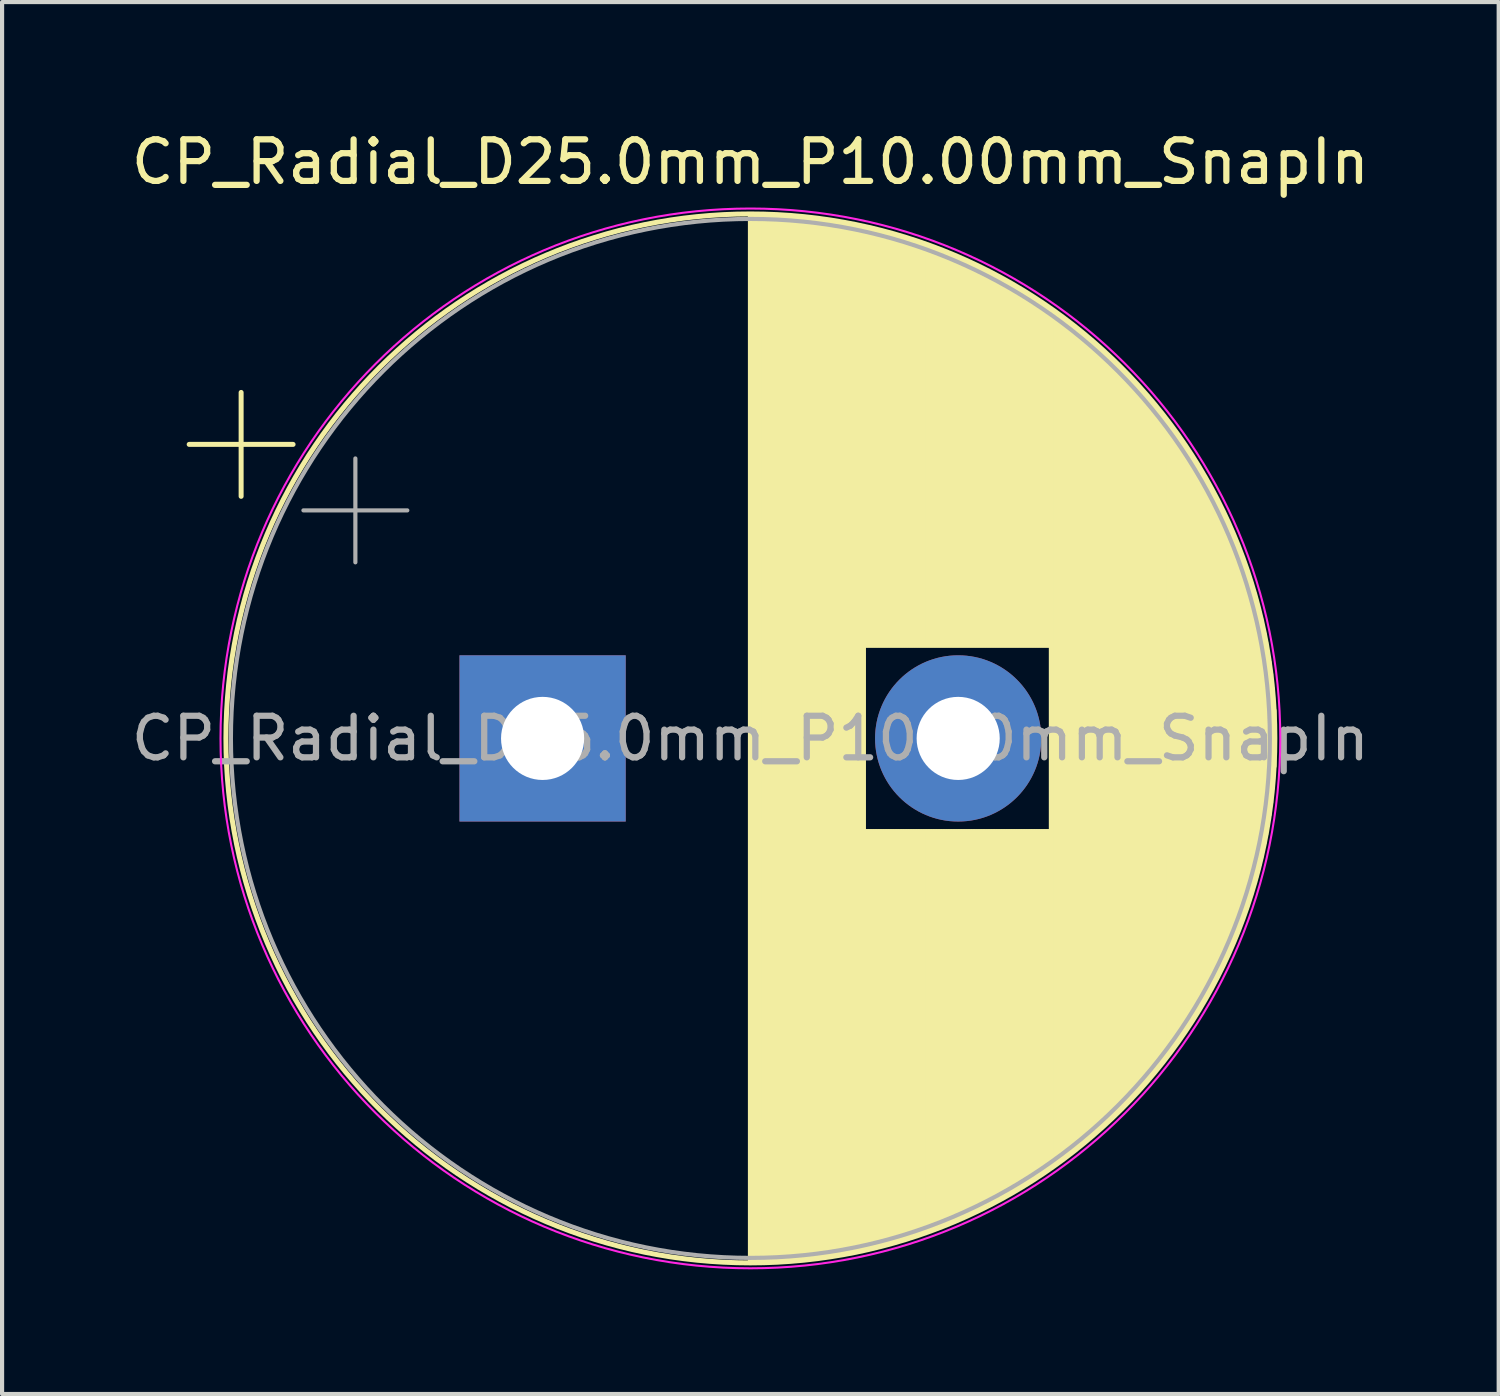
<source format=kicad_pcb>
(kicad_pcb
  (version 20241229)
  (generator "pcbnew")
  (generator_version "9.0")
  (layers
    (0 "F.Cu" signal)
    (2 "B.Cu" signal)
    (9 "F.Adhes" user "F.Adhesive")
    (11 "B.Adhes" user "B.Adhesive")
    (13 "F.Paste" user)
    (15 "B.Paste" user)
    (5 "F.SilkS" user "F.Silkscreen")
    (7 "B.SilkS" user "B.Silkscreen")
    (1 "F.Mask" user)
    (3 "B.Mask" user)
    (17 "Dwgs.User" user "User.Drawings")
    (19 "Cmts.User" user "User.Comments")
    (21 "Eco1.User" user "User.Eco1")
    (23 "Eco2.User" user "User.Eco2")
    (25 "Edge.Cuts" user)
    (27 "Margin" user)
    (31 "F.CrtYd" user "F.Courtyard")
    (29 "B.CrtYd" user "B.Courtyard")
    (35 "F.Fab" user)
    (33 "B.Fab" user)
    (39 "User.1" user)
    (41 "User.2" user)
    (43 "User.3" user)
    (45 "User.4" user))
  (footprint "CP_Radial_D25.0mm_P10.00mm_SnapIn"
    (layer "F.Cu")
    (at 10.006 14.718)
    (property "Reference" "CP_Radial_D25.0mm_P10.00mm_SnapIn" (at 5 -13.87 0) (layer "F.SilkS") (effects (font (size 1 1) (thickness 0.15))))
    (attr through_hole)
    (fp_line (start -8.504 -7.075) (end -6.004 -7.075) (stroke (width 0.12) (type solid)) (layer "F.SilkS"))
    (fp_line (start -7.254 -8.325) (end -7.254 -5.825) (stroke (width 0.12) (type solid)) (layer "F.SilkS"))
    (fp_line (start 5 -12.581) (end 5 12.581) (stroke (width 0.12) (type solid)) (layer "F.SilkS"))
    (fp_line (start 5.04 -12.58) (end 5.04 12.58) (stroke (width 0.12) (type solid)) (layer "F.SilkS"))
    (fp_line (start 5.08 -12.58) (end 5.08 12.58) (stroke (width 0.12) (type solid)) (layer "F.SilkS"))
    (fp_line (start 5.12 -12.58) (end 5.12 12.58) (stroke (width 0.12) (type solid)) (layer "F.SilkS"))
    (fp_line (start 5.16 -12.579) (end 5.16 12.579) (stroke (width 0.12) (type solid)) (layer "F.SilkS"))
    (fp_line (start 5.2 -12.579) (end 5.2 12.579) (stroke (width 0.12) (type solid)) (layer "F.SilkS"))
    (fp_line (start 5.24 -12.578) (end 5.24 12.578) (stroke (width 0.12) (type solid)) (layer "F.SilkS"))
    (fp_line (start 5.28 -12.577) (end 5.28 12.577) (stroke (width 0.12) (type solid)) (layer "F.SilkS"))
    (fp_line (start 5.32 -12.576) (end 5.32 12.576) (stroke (width 0.12) (type solid)) (layer "F.SilkS"))
    (fp_line (start 5.36 -12.575) (end 5.36 12.575) (stroke (width 0.12) (type solid)) (layer "F.SilkS"))
    (fp_line (start 5.4 -12.574) (end 5.4 12.574) (stroke (width 0.12) (type solid)) (layer "F.SilkS"))
    (fp_line (start 5.44 -12.573) (end 5.44 12.573) (stroke (width 0.12) (type solid)) (layer "F.SilkS"))
    (fp_line (start 5.48 -12.571) (end 5.48 12.571) (stroke (width 0.12) (type solid)) (layer "F.SilkS"))
    (fp_line (start 5.52 -12.57) (end 5.52 12.57) (stroke (width 0.12) (type solid)) (layer "F.SilkS"))
    (fp_line (start 5.56 -12.568) (end 5.56 12.568) (stroke (width 0.12) (type solid)) (layer "F.SilkS"))
    (fp_line (start 5.6 -12.566) (end 5.6 12.566) (stroke (width 0.12) (type solid)) (layer "F.SilkS"))
    (fp_line (start 5.64 -12.564) (end 5.64 12.564) (stroke (width 0.12) (type solid)) (layer "F.SilkS"))
    (fp_line (start 5.68 -12.562) (end 5.68 12.562) (stroke (width 0.12) (type solid)) (layer "F.SilkS"))
    (fp_line (start 5.721 -12.56) (end 5.721 12.56) (stroke (width 0.12) (type solid)) (layer "F.SilkS"))
    (fp_line (start 5.761 -12.558) (end 5.761 12.558) (stroke (width 0.12) (type solid)) (layer "F.SilkS"))
    (fp_line (start 5.801 -12.555) (end 5.801 12.555) (stroke (width 0.12) (type solid)) (layer "F.SilkS"))
    (fp_line (start 5.841 -12.553) (end 5.841 12.553) (stroke (width 0.12) (type solid)) (layer "F.SilkS"))
    (fp_line (start 5.881 -12.55) (end 5.881 12.55) (stroke (width 0.12) (type solid)) (layer "F.SilkS"))
    (fp_line (start 5.921 -12.547) (end 5.921 12.547) (stroke (width 0.12) (type solid)) (layer "F.SilkS"))
    (fp_line (start 5.961 -12.544) (end 5.961 12.544) (stroke (width 0.12) (type solid)) (layer "F.SilkS"))
    (fp_line (start 6.001 -12.541) (end 6.001 12.541) (stroke (width 0.12) (type solid)) (layer "F.SilkS"))
    (fp_line (start 6.041 -12.538) (end 6.041 12.538) (stroke (width 0.12) (type solid)) (layer "F.SilkS"))
    (fp_line (start 6.081 -12.534) (end 6.081 12.534) (stroke (width 0.12) (type solid)) (layer "F.SilkS"))
    (fp_line (start 6.121 -12.531) (end 6.121 12.531) (stroke (width 0.12) (type solid)) (layer "F.SilkS"))
    (fp_line (start 6.161 -12.527) (end 6.161 12.527) (stroke (width 0.12) (type solid)) (layer "F.SilkS"))
    (fp_line (start 6.201 -12.523) (end 6.201 12.523) (stroke (width 0.12) (type solid)) (layer "F.SilkS"))
    (fp_line (start 6.241 -12.519) (end 6.241 12.519) (stroke (width 0.12) (type solid)) (layer "F.SilkS"))
    (fp_line (start 6.281 -12.515) (end 6.281 12.515) (stroke (width 0.12) (type solid)) (layer "F.SilkS"))
    (fp_line (start 6.321 -12.511) (end 6.321 12.511) (stroke (width 0.12) (type solid)) (layer "F.SilkS"))
    (fp_line (start 6.361 -12.507) (end 6.361 12.507) (stroke (width 0.12) (type solid)) (layer "F.SilkS"))
    (fp_line (start 6.401 -12.503) (end 6.401 12.503) (stroke (width 0.12) (type solid)) (layer "F.SilkS"))
    (fp_line (start 6.441 -12.498) (end 6.441 12.498) (stroke (width 0.12) (type solid)) (layer "F.SilkS"))
    (fp_line (start 6.481 -12.493) (end 6.481 12.493) (stroke (width 0.12) (type solid)) (layer "F.SilkS"))
    (fp_line (start 6.521 -12.489) (end 6.521 12.489) (stroke (width 0.12) (type solid)) (layer "F.SilkS"))
    (fp_line (start 6.561 -12.484) (end 6.561 12.484) (stroke (width 0.12) (type solid)) (layer "F.SilkS"))
    (fp_line (start 6.601 -12.479) (end 6.601 12.479) (stroke (width 0.12) (type solid)) (layer "F.SilkS"))
    (fp_line (start 6.641 -12.473) (end 6.641 12.473) (stroke (width 0.12) (type solid)) (layer "F.SilkS"))
    (fp_line (start 6.681 -12.468) (end 6.681 12.468) (stroke (width 0.12) (type solid)) (layer "F.SilkS"))
    (fp_line (start 6.721 -12.463) (end 6.721 12.463) (stroke (width 0.12) (type solid)) (layer "F.SilkS"))
    (fp_line (start 6.761 -12.457) (end 6.761 12.457) (stroke (width 0.12) (type solid)) (layer "F.SilkS"))
    (fp_line (start 6.801 -12.451) (end 6.801 12.451) (stroke (width 0.12) (type solid)) (layer "F.SilkS"))
    (fp_line (start 6.841 -12.446) (end 6.841 12.446) (stroke (width 0.12) (type solid)) (layer "F.SilkS"))
    (fp_line (start 6.881 -12.44) (end 6.881 12.44) (stroke (width 0.12) (type solid)) (layer "F.SilkS"))
    (fp_line (start 6.921 -12.434) (end 6.921 12.434) (stroke (width 0.12) (type solid)) (layer "F.SilkS"))
    (fp_line (start 6.961 -12.427) (end 6.961 12.427) (stroke (width 0.12) (type solid)) (layer "F.SilkS"))
    (fp_line (start 7.001 -12.421) (end 7.001 12.421) (stroke (width 0.12) (type solid)) (layer "F.SilkS"))
    (fp_line (start 7.041 -12.415) (end 7.041 12.415) (stroke (width 0.12) (type solid)) (layer "F.SilkS"))
    (fp_line (start 7.081 -12.408) (end 7.081 12.408) (stroke (width 0.12) (type solid)) (layer "F.SilkS"))
    (fp_line (start 7.121 -12.401) (end 7.121 12.401) (stroke (width 0.12) (type solid)) (layer "F.SilkS"))
    (fp_line (start 7.161 -12.394) (end 7.161 12.394) (stroke (width 0.12) (type solid)) (layer "F.SilkS"))
    (fp_line (start 7.201 -12.387) (end 7.201 12.387) (stroke (width 0.12) (type solid)) (layer "F.SilkS"))
    (fp_line (start 7.241 -12.38) (end 7.241 12.38) (stroke (width 0.12) (type solid)) (layer "F.SilkS"))
    (fp_line (start 7.281 -12.373) (end 7.281 12.373) (stroke (width 0.12) (type solid)) (layer "F.SilkS"))
    (fp_line (start 7.321 -12.365) (end 7.321 12.365) (stroke (width 0.12) (type solid)) (layer "F.SilkS"))
    (fp_line (start 7.361 -12.358) (end 7.361 12.358) (stroke (width 0.12) (type solid)) (layer "F.SilkS"))
    (fp_line (start 7.401 -12.35) (end 7.401 12.35) (stroke (width 0.12) (type solid)) (layer "F.SilkS"))
    (fp_line (start 7.441 -12.342) (end 7.441 12.342) (stroke (width 0.12) (type solid)) (layer "F.SilkS"))
    (fp_line (start 7.481 -12.334) (end 7.481 12.334) (stroke (width 0.12) (type solid)) (layer "F.SilkS"))
    (fp_line (start 7.521 -12.326) (end 7.521 12.326) (stroke (width 0.12) (type solid)) (layer "F.SilkS"))
    (fp_line (start 7.561 -12.318) (end 7.561 12.318) (stroke (width 0.12) (type solid)) (layer "F.SilkS"))
    (fp_line (start 7.601 -12.31) (end 7.601 12.31) (stroke (width 0.12) (type solid)) (layer "F.SilkS"))
    (fp_line (start 7.641 -12.301) (end 7.641 12.301) (stroke (width 0.12) (type solid)) (layer "F.SilkS"))
    (fp_line (start 7.681 -12.293) (end 7.681 12.293) (stroke (width 0.12) (type solid)) (layer "F.SilkS"))
    (fp_line (start 7.721 -12.284) (end 7.721 12.284) (stroke (width 0.12) (type solid)) (layer "F.SilkS"))
    (fp_line (start 7.761 -12.275) (end 7.761 -2.24) (stroke (width 0.12) (type solid)) (layer "F.SilkS"))
    (fp_line (start 7.761 2.24) (end 7.761 12.275) (stroke (width 0.12) (type solid)) (layer "F.SilkS"))
    (fp_line (start 7.801 -12.266) (end 7.801 -2.24) (stroke (width 0.12) (type solid)) (layer "F.SilkS"))
    (fp_line (start 7.801 2.24) (end 7.801 12.266) (stroke (width 0.12) (type solid)) (layer "F.SilkS"))
    (fp_line (start 7.841 -12.257) (end 7.841 -2.24) (stroke (width 0.12) (type solid)) (layer "F.SilkS"))
    (fp_line (start 7.841 2.24) (end 7.841 12.257) (stroke (width 0.12) (type solid)) (layer "F.SilkS"))
    (fp_line (start 7.881 -12.247) (end 7.881 -2.24) (stroke (width 0.12) (type solid)) (layer "F.SilkS"))
    (fp_line (start 7.881 2.24) (end 7.881 12.247) (stroke (width 0.12) (type solid)) (layer "F.SilkS"))
    (fp_line (start 7.921 -12.238) (end 7.921 -2.24) (stroke (width 0.12) (type solid)) (layer "F.SilkS"))
    (fp_line (start 7.921 2.24) (end 7.921 12.238) (stroke (width 0.12) (type solid)) (layer "F.SilkS"))
    (fp_line (start 7.961 -12.228) (end 7.961 -2.24) (stroke (width 0.12) (type solid)) (layer "F.SilkS"))
    (fp_line (start 7.961 2.24) (end 7.961 12.228) (stroke (width 0.12) (type solid)) (layer "F.SilkS"))
    (fp_line (start 8.001 -12.219) (end 8.001 -2.24) (stroke (width 0.12) (type solid)) (layer "F.SilkS"))
    (fp_line (start 8.001 2.24) (end 8.001 12.219) (stroke (width 0.12) (type solid)) (layer "F.SilkS"))
    (fp_line (start 8.041 -12.209) (end 8.041 -2.24) (stroke (width 0.12) (type solid)) (layer "F.SilkS"))
    (fp_line (start 8.041 2.24) (end 8.041 12.209) (stroke (width 0.12) (type solid)) (layer "F.SilkS"))
    (fp_line (start 8.081 -12.199) (end 8.081 -2.24) (stroke (width 0.12) (type solid)) (layer "F.SilkS"))
    (fp_line (start 8.081 2.24) (end 8.081 12.199) (stroke (width 0.12) (type solid)) (layer "F.SilkS"))
    (fp_line (start 8.121 -12.189) (end 8.121 -2.24) (stroke (width 0.12) (type solid)) (layer "F.SilkS"))
    (fp_line (start 8.121 2.24) (end 8.121 12.189) (stroke (width 0.12) (type solid)) (layer "F.SilkS"))
    (fp_line (start 8.161 -12.178) (end 8.161 -2.24) (stroke (width 0.12) (type solid)) (layer "F.SilkS"))
    (fp_line (start 8.161 2.24) (end 8.161 12.178) (stroke (width 0.12) (type solid)) (layer "F.SilkS"))
    (fp_line (start 8.201 -12.168) (end 8.201 -2.24) (stroke (width 0.12) (type solid)) (layer "F.SilkS"))
    (fp_line (start 8.201 2.24) (end 8.201 12.168) (stroke (width 0.12) (type solid)) (layer "F.SilkS"))
    (fp_line (start 8.241 -12.157) (end 8.241 -2.24) (stroke (width 0.12) (type solid)) (layer "F.SilkS"))
    (fp_line (start 8.241 2.24) (end 8.241 12.157) (stroke (width 0.12) (type solid)) (layer "F.SilkS"))
    (fp_line (start 8.281 -12.147) (end 8.281 -2.24) (stroke (width 0.12) (type solid)) (layer "F.SilkS"))
    (fp_line (start 8.281 2.24) (end 8.281 12.147) (stroke (width 0.12) (type solid)) (layer "F.SilkS"))
    (fp_line (start 8.321 -12.136) (end 8.321 -2.24) (stroke (width 0.12) (type solid)) (layer "F.SilkS"))
    (fp_line (start 8.321 2.24) (end 8.321 12.136) (stroke (width 0.12) (type solid)) (layer "F.SilkS"))
    (fp_line (start 8.361 -12.125) (end 8.361 -2.24) (stroke (width 0.12) (type solid)) (layer "F.SilkS"))
    (fp_line (start 8.361 2.24) (end 8.361 12.125) (stroke (width 0.12) (type solid)) (layer "F.SilkS"))
    (fp_line (start 8.401 -12.114) (end 8.401 -2.24) (stroke (width 0.12) (type solid)) (layer "F.SilkS"))
    (fp_line (start 8.401 2.24) (end 8.401 12.114) (stroke (width 0.12) (type solid)) (layer "F.SilkS"))
    (fp_line (start 8.441 -12.103) (end 8.441 -2.24) (stroke (width 0.12) (type solid)) (layer "F.SilkS"))
    (fp_line (start 8.441 2.24) (end 8.441 12.103) (stroke (width 0.12) (type solid)) (layer "F.SilkS"))
    (fp_line (start 8.481 -12.091) (end 8.481 -2.24) (stroke (width 0.12) (type solid)) (layer "F.SilkS"))
    (fp_line (start 8.481 2.24) (end 8.481 12.091) (stroke (width 0.12) (type solid)) (layer "F.SilkS"))
    (fp_line (start 8.521 -12.08) (end 8.521 -2.24) (stroke (width 0.12) (type solid)) (layer "F.SilkS"))
    (fp_line (start 8.521 2.24) (end 8.521 12.08) (stroke (width 0.12) (type solid)) (layer "F.SilkS"))
    (fp_line (start 8.561 -12.068) (end 8.561 -2.24) (stroke (width 0.12) (type solid)) (layer "F.SilkS"))
    (fp_line (start 8.561 2.24) (end 8.561 12.068) (stroke (width 0.12) (type solid)) (layer "F.SilkS"))
    (fp_line (start 8.601 -12.056) (end 8.601 -2.24) (stroke (width 0.12) (type solid)) (layer "F.SilkS"))
    (fp_line (start 8.601 2.24) (end 8.601 12.056) (stroke (width 0.12) (type solid)) (layer "F.SilkS"))
    (fp_line (start 8.641 -12.044) (end 8.641 -2.24) (stroke (width 0.12) (type solid)) (layer "F.SilkS"))
    (fp_line (start 8.641 2.24) (end 8.641 12.044) (stroke (width 0.12) (type solid)) (layer "F.SilkS"))
    (fp_line (start 8.681 -12.032) (end 8.681 -2.24) (stroke (width 0.12) (type solid)) (layer "F.SilkS"))
    (fp_line (start 8.681 2.24) (end 8.681 12.032) (stroke (width 0.12) (type solid)) (layer "F.SilkS"))
    (fp_line (start 8.721 -12.02) (end 8.721 -2.24) (stroke (width 0.12) (type solid)) (layer "F.SilkS"))
    (fp_line (start 8.721 2.24) (end 8.721 12.02) (stroke (width 0.12) (type solid)) (layer "F.SilkS"))
    (fp_line (start 8.761 -12.007) (end 8.761 -2.24) (stroke (width 0.12) (type solid)) (layer "F.SilkS"))
    (fp_line (start 8.761 2.24) (end 8.761 12.007) (stroke (width 0.12) (type solid)) (layer "F.SilkS"))
    (fp_line (start 8.801 -11.995) (end 8.801 -2.24) (stroke (width 0.12) (type solid)) (layer "F.SilkS"))
    (fp_line (start 8.801 2.24) (end 8.801 11.995) (stroke (width 0.12) (type solid)) (layer "F.SilkS"))
    (fp_line (start 8.841 -11.982) (end 8.841 -2.24) (stroke (width 0.12) (type solid)) (layer "F.SilkS"))
    (fp_line (start 8.841 2.24) (end 8.841 11.982) (stroke (width 0.12) (type solid)) (layer "F.SilkS"))
    (fp_line (start 8.881 -11.969) (end 8.881 -2.24) (stroke (width 0.12) (type solid)) (layer "F.SilkS"))
    (fp_line (start 8.881 2.24) (end 8.881 11.969) (stroke (width 0.12) (type solid)) (layer "F.SilkS"))
    (fp_line (start 8.921 -11.956) (end 8.921 -2.24) (stroke (width 0.12) (type solid)) (layer "F.SilkS"))
    (fp_line (start 8.921 2.24) (end 8.921 11.956) (stroke (width 0.12) (type solid)) (layer "F.SilkS"))
    (fp_line (start 8.961 -11.943) (end 8.961 -2.24) (stroke (width 0.12) (type solid)) (layer "F.SilkS"))
    (fp_line (start 8.961 2.24) (end 8.961 11.943) (stroke (width 0.12) (type solid)) (layer "F.SilkS"))
    (fp_line (start 9.001 -11.93) (end 9.001 -2.24) (stroke (width 0.12) (type solid)) (layer "F.SilkS"))
    (fp_line (start 9.001 2.24) (end 9.001 11.93) (stroke (width 0.12) (type solid)) (layer "F.SilkS"))
    (fp_line (start 9.041 -11.916) (end 9.041 -2.24) (stroke (width 0.12) (type solid)) (layer "F.SilkS"))
    (fp_line (start 9.041 2.24) (end 9.041 11.916) (stroke (width 0.12) (type solid)) (layer "F.SilkS"))
    (fp_line (start 9.081 -11.903) (end 9.081 -2.24) (stroke (width 0.12) (type solid)) (layer "F.SilkS"))
    (fp_line (start 9.081 2.24) (end 9.081 11.903) (stroke (width 0.12) (type solid)) (layer "F.SilkS"))
    (fp_line (start 9.121 -11.889) (end 9.121 -2.24) (stroke (width 0.12) (type solid)) (layer "F.SilkS"))
    (fp_line (start 9.121 2.24) (end 9.121 11.889) (stroke (width 0.12) (type solid)) (layer "F.SilkS"))
    (fp_line (start 9.161 -11.875) (end 9.161 -2.24) (stroke (width 0.12) (type solid)) (layer "F.SilkS"))
    (fp_line (start 9.161 2.24) (end 9.161 11.875) (stroke (width 0.12) (type solid)) (layer "F.SilkS"))
    (fp_line (start 9.201 -11.861) (end 9.201 -2.24) (stroke (width 0.12) (type solid)) (layer "F.SilkS"))
    (fp_line (start 9.201 2.24) (end 9.201 11.861) (stroke (width 0.12) (type solid)) (layer "F.SilkS"))
    (fp_line (start 9.241 -11.847) (end 9.241 -2.24) (stroke (width 0.12) (type solid)) (layer "F.SilkS"))
    (fp_line (start 9.241 2.24) (end 9.241 11.847) (stroke (width 0.12) (type solid)) (layer "F.SilkS"))
    (fp_line (start 9.281 -11.833) (end 9.281 -2.24) (stroke (width 0.12) (type solid)) (layer "F.SilkS"))
    (fp_line (start 9.281 2.24) (end 9.281 11.833) (stroke (width 0.12) (type solid)) (layer "F.SilkS"))
    (fp_line (start 9.321 -11.818) (end 9.321 -2.24) (stroke (width 0.12) (type solid)) (layer "F.SilkS"))
    (fp_line (start 9.321 2.24) (end 9.321 11.818) (stroke (width 0.12) (type solid)) (layer "F.SilkS"))
    (fp_line (start 9.361 -11.803) (end 9.361 -2.24) (stroke (width 0.12) (type solid)) (layer "F.SilkS"))
    (fp_line (start 9.361 2.24) (end 9.361 11.803) (stroke (width 0.12) (type solid)) (layer "F.SilkS"))
    (fp_line (start 9.401 -11.789) (end 9.401 -2.24) (stroke (width 0.12) (type solid)) (layer "F.SilkS"))
    (fp_line (start 9.401 2.24) (end 9.401 11.789) (stroke (width 0.12) (type solid)) (layer "F.SilkS"))
    (fp_line (start 9.441 -11.774) (end 9.441 -2.24) (stroke (width 0.12) (type solid)) (layer "F.SilkS"))
    (fp_line (start 9.441 2.24) (end 9.441 11.774) (stroke (width 0.12) (type solid)) (layer "F.SilkS"))
    (fp_line (start 9.481 -11.759) (end 9.481 -2.24) (stroke (width 0.12) (type solid)) (layer "F.SilkS"))
    (fp_line (start 9.481 2.24) (end 9.481 11.759) (stroke (width 0.12) (type solid)) (layer "F.SilkS"))
    (fp_line (start 9.521 -11.743) (end 9.521 -2.24) (stroke (width 0.12) (type solid)) (layer "F.SilkS"))
    (fp_line (start 9.521 2.24) (end 9.521 11.743) (stroke (width 0.12) (type solid)) (layer "F.SilkS"))
    (fp_line (start 9.561 -11.728) (end 9.561 -2.24) (stroke (width 0.12) (type solid)) (layer "F.SilkS"))
    (fp_line (start 9.561 2.24) (end 9.561 11.728) (stroke (width 0.12) (type solid)) (layer "F.SilkS"))
    (fp_line (start 9.601 -11.712) (end 9.601 -2.24) (stroke (width 0.12) (type solid)) (layer "F.SilkS"))
    (fp_line (start 9.601 2.24) (end 9.601 11.712) (stroke (width 0.12) (type solid)) (layer "F.SilkS"))
    (fp_line (start 9.641 -11.697) (end 9.641 -2.24) (stroke (width 0.12) (type solid)) (layer "F.SilkS"))
    (fp_line (start 9.641 2.24) (end 9.641 11.697) (stroke (width 0.12) (type solid)) (layer "F.SilkS"))
    (fp_line (start 9.681 -11.681) (end 9.681 -2.24) (stroke (width 0.12) (type solid)) (layer "F.SilkS"))
    (fp_line (start 9.681 2.24) (end 9.681 11.681) (stroke (width 0.12) (type solid)) (layer "F.SilkS"))
    (fp_line (start 9.721 -11.665) (end 9.721 -2.24) (stroke (width 0.12) (type solid)) (layer "F.SilkS"))
    (fp_line (start 9.721 2.24) (end 9.721 11.665) (stroke (width 0.12) (type solid)) (layer "F.SilkS"))
    (fp_line (start 9.761 -11.648) (end 9.761 -2.24) (stroke (width 0.12) (type solid)) (layer "F.SilkS"))
    (fp_line (start 9.761 2.24) (end 9.761 11.648) (stroke (width 0.12) (type solid)) (layer "F.SilkS"))
    (fp_line (start 9.801 -11.632) (end 9.801 -2.24) (stroke (width 0.12) (type solid)) (layer "F.SilkS"))
    (fp_line (start 9.801 2.24) (end 9.801 11.632) (stroke (width 0.12) (type solid)) (layer "F.SilkS"))
    (fp_line (start 9.841 -11.615) (end 9.841 -2.24) (stroke (width 0.12) (type solid)) (layer "F.SilkS"))
    (fp_line (start 9.841 2.24) (end 9.841 11.615) (stroke (width 0.12) (type solid)) (layer "F.SilkS"))
    (fp_line (start 9.881 -11.599) (end 9.881 -2.24) (stroke (width 0.12) (type solid)) (layer "F.SilkS"))
    (fp_line (start 9.881 2.24) (end 9.881 11.599) (stroke (width 0.12) (type solid)) (layer "F.SilkS"))
    (fp_line (start 9.921 -11.582) (end 9.921 -2.24) (stroke (width 0.12) (type solid)) (layer "F.SilkS"))
    (fp_line (start 9.921 2.24) (end 9.921 11.582) (stroke (width 0.12) (type solid)) (layer "F.SilkS"))
    (fp_line (start 9.961 -11.565) (end 9.961 -2.24) (stroke (width 0.12) (type solid)) (layer "F.SilkS"))
    (fp_line (start 9.961 2.24) (end 9.961 11.565) (stroke (width 0.12) (type solid)) (layer "F.SilkS"))
    (fp_line (start 10.001 -11.548) (end 10.001 -2.24) (stroke (width 0.12) (type solid)) (layer "F.SilkS"))
    (fp_line (start 10.001 2.24) (end 10.001 11.548) (stroke (width 0.12) (type solid)) (layer "F.SilkS"))
    (fp_line (start 10.041 -11.53) (end 10.041 -2.24) (stroke (width 0.12) (type solid)) (layer "F.SilkS"))
    (fp_line (start 10.041 2.24) (end 10.041 11.53) (stroke (width 0.12) (type solid)) (layer "F.SilkS"))
    (fp_line (start 10.081 -11.513) (end 10.081 -2.24) (stroke (width 0.12) (type solid)) (layer "F.SilkS"))
    (fp_line (start 10.081 2.24) (end 10.081 11.513) (stroke (width 0.12) (type solid)) (layer "F.SilkS"))
    (fp_line (start 10.121 -11.495) (end 10.121 -2.24) (stroke (width 0.12) (type solid)) (layer "F.SilkS"))
    (fp_line (start 10.121 2.24) (end 10.121 11.495) (stroke (width 0.12) (type solid)) (layer "F.SilkS"))
    (fp_line (start 10.161 -11.477) (end 10.161 -2.24) (stroke (width 0.12) (type solid)) (layer "F.SilkS"))
    (fp_line (start 10.161 2.24) (end 10.161 11.477) (stroke (width 0.12) (type solid)) (layer "F.SilkS"))
    (fp_line (start 10.201 -11.459) (end 10.201 -2.24) (stroke (width 0.12) (type solid)) (layer "F.SilkS"))
    (fp_line (start 10.201 2.24) (end 10.201 11.459) (stroke (width 0.12) (type solid)) (layer "F.SilkS"))
    (fp_line (start 10.241 -11.441) (end 10.241 -2.24) (stroke (width 0.12) (type solid)) (layer "F.SilkS"))
    (fp_line (start 10.241 2.24) (end 10.241 11.441) (stroke (width 0.12) (type solid)) (layer "F.SilkS"))
    (fp_line (start 10.281 -11.423) (end 10.281 -2.24) (stroke (width 0.12) (type solid)) (layer "F.SilkS"))
    (fp_line (start 10.281 2.24) (end 10.281 11.423) (stroke (width 0.12) (type solid)) (layer "F.SilkS"))
    (fp_line (start 10.321 -11.404) (end 10.321 -2.24) (stroke (width 0.12) (type solid)) (layer "F.SilkS"))
    (fp_line (start 10.321 2.24) (end 10.321 11.404) (stroke (width 0.12) (type solid)) (layer "F.SilkS"))
    (fp_line (start 10.361 -11.386) (end 10.361 -2.24) (stroke (width 0.12) (type solid)) (layer "F.SilkS"))
    (fp_line (start 10.361 2.24) (end 10.361 11.386) (stroke (width 0.12) (type solid)) (layer "F.SilkS"))
    (fp_line (start 10.401 -11.367) (end 10.401 -2.24) (stroke (width 0.12) (type solid)) (layer "F.SilkS"))
    (fp_line (start 10.401 2.24) (end 10.401 11.367) (stroke (width 0.12) (type solid)) (layer "F.SilkS"))
    (fp_line (start 10.441 -11.348) (end 10.441 -2.24) (stroke (width 0.12) (type solid)) (layer "F.SilkS"))
    (fp_line (start 10.441 2.24) (end 10.441 11.348) (stroke (width 0.12) (type solid)) (layer "F.SilkS"))
    (fp_line (start 10.481 -11.329) (end 10.481 -2.24) (stroke (width 0.12) (type solid)) (layer "F.SilkS"))
    (fp_line (start 10.481 2.24) (end 10.481 11.329) (stroke (width 0.12) (type solid)) (layer "F.SilkS"))
    (fp_line (start 10.521 -11.309) (end 10.521 -2.24) (stroke (width 0.12) (type solid)) (layer "F.SilkS"))
    (fp_line (start 10.521 2.24) (end 10.521 11.309) (stroke (width 0.12) (type solid)) (layer "F.SilkS"))
    (fp_line (start 10.561 -11.29) (end 10.561 -2.24) (stroke (width 0.12) (type solid)) (layer "F.SilkS"))
    (fp_line (start 10.561 2.24) (end 10.561 11.29) (stroke (width 0.12) (type solid)) (layer "F.SilkS"))
    (fp_line (start 10.601 -11.27) (end 10.601 -2.24) (stroke (width 0.12) (type solid)) (layer "F.SilkS"))
    (fp_line (start 10.601 2.24) (end 10.601 11.27) (stroke (width 0.12) (type solid)) (layer "F.SilkS"))
    (fp_line (start 10.641 -11.25) (end 10.641 -2.24) (stroke (width 0.12) (type solid)) (layer "F.SilkS"))
    (fp_line (start 10.641 2.24) (end 10.641 11.25) (stroke (width 0.12) (type solid)) (layer "F.SilkS"))
    (fp_line (start 10.681 -11.23) (end 10.681 -2.24) (stroke (width 0.12) (type solid)) (layer "F.SilkS"))
    (fp_line (start 10.681 2.24) (end 10.681 11.23) (stroke (width 0.12) (type solid)) (layer "F.SilkS"))
    (fp_line (start 10.721 -11.21) (end 10.721 -2.24) (stroke (width 0.12) (type solid)) (layer "F.SilkS"))
    (fp_line (start 10.721 2.24) (end 10.721 11.21) (stroke (width 0.12) (type solid)) (layer "F.SilkS"))
    (fp_line (start 10.761 -11.189) (end 10.761 -2.24) (stroke (width 0.12) (type solid)) (layer "F.SilkS"))
    (fp_line (start 10.761 2.24) (end 10.761 11.189) (stroke (width 0.12) (type solid)) (layer "F.SilkS"))
    (fp_line (start 10.801 -11.169) (end 10.801 -2.24) (stroke (width 0.12) (type solid)) (layer "F.SilkS"))
    (fp_line (start 10.801 2.24) (end 10.801 11.169) (stroke (width 0.12) (type solid)) (layer "F.SilkS"))
    (fp_line (start 10.841 -11.148) (end 10.841 -2.24) (stroke (width 0.12) (type solid)) (layer "F.SilkS"))
    (fp_line (start 10.841 2.24) (end 10.841 11.148) (stroke (width 0.12) (type solid)) (layer "F.SilkS"))
    (fp_line (start 10.881 -11.127) (end 10.881 -2.24) (stroke (width 0.12) (type solid)) (layer "F.SilkS"))
    (fp_line (start 10.881 2.24) (end 10.881 11.127) (stroke (width 0.12) (type solid)) (layer "F.SilkS"))
    (fp_line (start 10.921 -11.106) (end 10.921 -2.24) (stroke (width 0.12) (type solid)) (layer "F.SilkS"))
    (fp_line (start 10.921 2.24) (end 10.921 11.106) (stroke (width 0.12) (type solid)) (layer "F.SilkS"))
    (fp_line (start 10.961 -11.084) (end 10.961 -2.24) (stroke (width 0.12) (type solid)) (layer "F.SilkS"))
    (fp_line (start 10.961 2.24) (end 10.961 11.084) (stroke (width 0.12) (type solid)) (layer "F.SilkS"))
    (fp_line (start 11.001 -11.063) (end 11.001 -2.24) (stroke (width 0.12) (type solid)) (layer "F.SilkS"))
    (fp_line (start 11.001 2.24) (end 11.001 11.063) (stroke (width 0.12) (type solid)) (layer "F.SilkS"))
    (fp_line (start 11.041 -11.041) (end 11.041 -2.24) (stroke (width 0.12) (type solid)) (layer "F.SilkS"))
    (fp_line (start 11.041 2.24) (end 11.041 11.041) (stroke (width 0.12) (type solid)) (layer "F.SilkS"))
    (fp_line (start 11.081 -11.019) (end 11.081 -2.24) (stroke (width 0.12) (type solid)) (layer "F.SilkS"))
    (fp_line (start 11.081 2.24) (end 11.081 11.019) (stroke (width 0.12) (type solid)) (layer "F.SilkS"))
    (fp_line (start 11.121 -10.997) (end 11.121 -2.24) (stroke (width 0.12) (type solid)) (layer "F.SilkS"))
    (fp_line (start 11.121 2.24) (end 11.121 10.997) (stroke (width 0.12) (type solid)) (layer "F.SilkS"))
    (fp_line (start 11.161 -10.975) (end 11.161 -2.24) (stroke (width 0.12) (type solid)) (layer "F.SilkS"))
    (fp_line (start 11.161 2.24) (end 11.161 10.975) (stroke (width 0.12) (type solid)) (layer "F.SilkS"))
    (fp_line (start 11.201 -10.953) (end 11.201 -2.24) (stroke (width 0.12) (type solid)) (layer "F.SilkS"))
    (fp_line (start 11.201 2.24) (end 11.201 10.953) (stroke (width 0.12) (type solid)) (layer "F.SilkS"))
    (fp_line (start 11.241 -10.93) (end 11.241 -2.24) (stroke (width 0.12) (type solid)) (layer "F.SilkS"))
    (fp_line (start 11.241 2.24) (end 11.241 10.93) (stroke (width 0.12) (type solid)) (layer "F.SilkS"))
    (fp_line (start 11.281 -10.907) (end 11.281 -2.24) (stroke (width 0.12) (type solid)) (layer "F.SilkS"))
    (fp_line (start 11.281 2.24) (end 11.281 10.907) (stroke (width 0.12) (type solid)) (layer "F.SilkS"))
    (fp_line (start 11.321 -10.884) (end 11.321 -2.24) (stroke (width 0.12) (type solid)) (layer "F.SilkS"))
    (fp_line (start 11.321 2.24) (end 11.321 10.884) (stroke (width 0.12) (type solid)) (layer "F.SilkS"))
    (fp_line (start 11.361 -10.861) (end 11.361 -2.24) (stroke (width 0.12) (type solid)) (layer "F.SilkS"))
    (fp_line (start 11.361 2.24) (end 11.361 10.861) (stroke (width 0.12) (type solid)) (layer "F.SilkS"))
    (fp_line (start 11.401 -10.837) (end 11.401 -2.24) (stroke (width 0.12) (type solid)) (layer "F.SilkS"))
    (fp_line (start 11.401 2.24) (end 11.401 10.837) (stroke (width 0.12) (type solid)) (layer "F.SilkS"))
    (fp_line (start 11.441 -10.814) (end 11.441 -2.24) (stroke (width 0.12) (type solid)) (layer "F.SilkS"))
    (fp_line (start 11.441 2.24) (end 11.441 10.814) (stroke (width 0.12) (type solid)) (layer "F.SilkS"))
    (fp_line (start 11.481 -10.79) (end 11.481 -2.24) (stroke (width 0.12) (type solid)) (layer "F.SilkS"))
    (fp_line (start 11.481 2.24) (end 11.481 10.79) (stroke (width 0.12) (type solid)) (layer "F.SilkS"))
    (fp_line (start 11.521 -10.766) (end 11.521 -2.24) (stroke (width 0.12) (type solid)) (layer "F.SilkS"))
    (fp_line (start 11.521 2.24) (end 11.521 10.766) (stroke (width 0.12) (type solid)) (layer "F.SilkS"))
    (fp_line (start 11.561 -10.742) (end 11.561 -2.24) (stroke (width 0.12) (type solid)) (layer "F.SilkS"))
    (fp_line (start 11.561 2.24) (end 11.561 10.742) (stroke (width 0.12) (type solid)) (layer "F.SilkS"))
    (fp_line (start 11.601 -10.717) (end 11.601 -2.24) (stroke (width 0.12) (type solid)) (layer "F.SilkS"))
    (fp_line (start 11.601 2.24) (end 11.601 10.717) (stroke (width 0.12) (type solid)) (layer "F.SilkS"))
    (fp_line (start 11.641 -10.692) (end 11.641 -2.24) (stroke (width 0.12) (type solid)) (layer "F.SilkS"))
    (fp_line (start 11.641 2.24) (end 11.641 10.692) (stroke (width 0.12) (type solid)) (layer "F.SilkS"))
    (fp_line (start 11.681 -10.668) (end 11.681 -2.24) (stroke (width 0.12) (type solid)) (layer "F.SilkS"))
    (fp_line (start 11.681 2.24) (end 11.681 10.668) (stroke (width 0.12) (type solid)) (layer "F.SilkS"))
    (fp_line (start 11.721 -10.643) (end 11.721 -2.24) (stroke (width 0.12) (type solid)) (layer "F.SilkS"))
    (fp_line (start 11.721 2.24) (end 11.721 10.643) (stroke (width 0.12) (type solid)) (layer "F.SilkS"))
    (fp_line (start 11.761 -10.617) (end 11.761 -2.24) (stroke (width 0.12) (type solid)) (layer "F.SilkS"))
    (fp_line (start 11.761 2.24) (end 11.761 10.617) (stroke (width 0.12) (type solid)) (layer "F.SilkS"))
    (fp_line (start 11.801 -10.592) (end 11.801 -2.24) (stroke (width 0.12) (type solid)) (layer "F.SilkS"))
    (fp_line (start 11.801 2.24) (end 11.801 10.592) (stroke (width 0.12) (type solid)) (layer "F.SilkS"))
    (fp_line (start 11.841 -10.566) (end 11.841 -2.24) (stroke (width 0.12) (type solid)) (layer "F.SilkS"))
    (fp_line (start 11.841 2.24) (end 11.841 10.566) (stroke (width 0.12) (type solid)) (layer "F.SilkS"))
    (fp_line (start 11.881 -10.54) (end 11.881 -2.24) (stroke (width 0.12) (type solid)) (layer "F.SilkS"))
    (fp_line (start 11.881 2.24) (end 11.881 10.54) (stroke (width 0.12) (type solid)) (layer "F.SilkS"))
    (fp_line (start 11.921 -10.514) (end 11.921 -2.24) (stroke (width 0.12) (type solid)) (layer "F.SilkS"))
    (fp_line (start 11.921 2.24) (end 11.921 10.514) (stroke (width 0.12) (type solid)) (layer "F.SilkS"))
    (fp_line (start 11.961 -10.488) (end 11.961 -2.24) (stroke (width 0.12) (type solid)) (layer "F.SilkS"))
    (fp_line (start 11.961 2.24) (end 11.961 10.488) (stroke (width 0.12) (type solid)) (layer "F.SilkS"))
    (fp_line (start 12.001 -10.461) (end 12.001 -2.24) (stroke (width 0.12) (type solid)) (layer "F.SilkS"))
    (fp_line (start 12.001 2.24) (end 12.001 10.461) (stroke (width 0.12) (type solid)) (layer "F.SilkS"))
    (fp_line (start 12.041 -10.434) (end 12.041 -2.24) (stroke (width 0.12) (type solid)) (layer "F.SilkS"))
    (fp_line (start 12.041 2.24) (end 12.041 10.434) (stroke (width 0.12) (type solid)) (layer "F.SilkS"))
    (fp_line (start 12.081 -10.407) (end 12.081 -2.24) (stroke (width 0.12) (type solid)) (layer "F.SilkS"))
    (fp_line (start 12.081 2.24) (end 12.081 10.407) (stroke (width 0.12) (type solid)) (layer "F.SilkS"))
    (fp_line (start 12.121 -10.38) (end 12.121 -2.24) (stroke (width 0.12) (type solid)) (layer "F.SilkS"))
    (fp_line (start 12.121 2.24) (end 12.121 10.38) (stroke (width 0.12) (type solid)) (layer "F.SilkS"))
    (fp_line (start 12.161 -10.353) (end 12.161 -2.24) (stroke (width 0.12) (type solid)) (layer "F.SilkS"))
    (fp_line (start 12.161 2.24) (end 12.161 10.353) (stroke (width 0.12) (type solid)) (layer "F.SilkS"))
    (fp_line (start 12.201 -10.325) (end 12.201 -2.24) (stroke (width 0.12) (type solid)) (layer "F.SilkS"))
    (fp_line (start 12.201 2.24) (end 12.201 10.325) (stroke (width 0.12) (type solid)) (layer "F.SilkS"))
    (fp_line (start 12.241 -10.297) (end 12.241 10.297) (stroke (width 0.12) (type solid)) (layer "F.SilkS"))
    (fp_line (start 12.281 -10.269) (end 12.281 10.269) (stroke (width 0.12) (type solid)) (layer "F.SilkS"))
    (fp_line (start 12.321 -10.241) (end 12.321 10.241) (stroke (width 0.12) (type solid)) (layer "F.SilkS"))
    (fp_line (start 12.361 -10.212) (end 12.361 10.212) (stroke (width 0.12) (type solid)) (layer "F.SilkS"))
    (fp_line (start 12.401 -10.183) (end 12.401 10.183) (stroke (width 0.12) (type solid)) (layer "F.SilkS"))
    (fp_line (start 12.441 -10.154) (end 12.441 10.154) (stroke (width 0.12) (type solid)) (layer "F.SilkS"))
    (fp_line (start 12.481 -10.125) (end 12.481 10.125) (stroke (width 0.12) (type solid)) (layer "F.SilkS"))
    (fp_line (start 12.521 -10.095) (end 12.521 10.095) (stroke (width 0.12) (type solid)) (layer "F.SilkS"))
    (fp_line (start 12.561 -10.065) (end 12.561 10.065) (stroke (width 0.12) (type solid)) (layer "F.SilkS"))
    (fp_line (start 12.601 -10.035) (end 12.601 10.035) (stroke (width 0.12) (type solid)) (layer "F.SilkS"))
    (fp_line (start 12.641 -10.005) (end 12.641 10.005) (stroke (width 0.12) (type solid)) (layer "F.SilkS"))
    (fp_line (start 12.681 -9.975) (end 12.681 9.975) (stroke (width 0.12) (type solid)) (layer "F.SilkS"))
    (fp_line (start 12.721 -9.944) (end 12.721 9.944) (stroke (width 0.12) (type solid)) (layer "F.SilkS"))
    (fp_line (start 12.761 -9.913) (end 12.761 9.913) (stroke (width 0.12) (type solid)) (layer "F.SilkS"))
    (fp_line (start 12.801 -9.881) (end 12.801 9.881) (stroke (width 0.12) (type solid)) (layer "F.SilkS"))
    (fp_line (start 12.841 -9.85) (end 12.841 9.85) (stroke (width 0.12) (type solid)) (layer "F.SilkS"))
    (fp_line (start 12.881 -9.818) (end 12.881 9.818) (stroke (width 0.12) (type solid)) (layer "F.SilkS"))
    (fp_line (start 12.921 -9.786) (end 12.921 9.786) (stroke (width 0.12) (type solid)) (layer "F.SilkS"))
    (fp_line (start 12.961 -9.753) (end 12.961 9.753) (stroke (width 0.12) (type solid)) (layer "F.SilkS"))
    (fp_line (start 13.001 -9.721) (end 13.001 9.721) (stroke (width 0.12) (type solid)) (layer "F.SilkS"))
    (fp_line (start 13.041 -9.688) (end 13.041 9.688) (stroke (width 0.12) (type solid)) (layer "F.SilkS"))
    (fp_line (start 13.081 -9.655) (end 13.081 9.655) (stroke (width 0.12) (type solid)) (layer "F.SilkS"))
    (fp_line (start 13.121 -9.621) (end 13.121 9.621) (stroke (width 0.12) (type solid)) (layer "F.SilkS"))
    (fp_line (start 13.161 -9.587) (end 13.161 9.587) (stroke (width 0.12) (type solid)) (layer "F.SilkS"))
    (fp_line (start 13.2 -9.553) (end 13.2 9.553) (stroke (width 0.12) (type solid)) (layer "F.SilkS"))
    (fp_line (start 13.24 -9.519) (end 13.24 9.519) (stroke (width 0.12) (type solid)) (layer "F.SilkS"))
    (fp_line (start 13.28 -9.484) (end 13.28 9.484) (stroke (width 0.12) (type solid)) (layer "F.SilkS"))
    (fp_line (start 13.32 -9.45) (end 13.32 9.45) (stroke (width 0.12) (type solid)) (layer "F.SilkS"))
    (fp_line (start 13.36 -9.414) (end 13.36 9.414) (stroke (width 0.12) (type solid)) (layer "F.SilkS"))
    (fp_line (start 13.4 -9.379) (end 13.4 9.379) (stroke (width 0.12) (type solid)) (layer "F.SilkS"))
    (fp_line (start 13.44 -9.343) (end 13.44 9.343) (stroke (width 0.12) (type solid)) (layer "F.SilkS"))
    (fp_line (start 13.48 -9.307) (end 13.48 9.307) (stroke (width 0.12) (type solid)) (layer "F.SilkS"))
    (fp_line (start 13.52 -9.27) (end 13.52 9.27) (stroke (width 0.12) (type solid)) (layer "F.SilkS"))
    (fp_line (start 13.56 -9.234) (end 13.56 9.234) (stroke (width 0.12) (type solid)) (layer "F.SilkS"))
    (fp_line (start 13.6 -9.197) (end 13.6 9.197) (stroke (width 0.12) (type solid)) (layer "F.SilkS"))
    (fp_line (start 13.64 -9.159) (end 13.64 9.159) (stroke (width 0.12) (type solid)) (layer "F.SilkS"))
    (fp_line (start 13.68 -9.121) (end 13.68 9.121) (stroke (width 0.12) (type solid)) (layer "F.SilkS"))
    (fp_line (start 13.72 -9.083) (end 13.72 9.083) (stroke (width 0.12) (type solid)) (layer "F.SilkS"))
    (fp_line (start 13.76 -9.045) (end 13.76 9.045) (stroke (width 0.12) (type solid)) (layer "F.SilkS"))
    (fp_line (start 13.8 -9.006) (end 13.8 9.006) (stroke (width 0.12) (type solid)) (layer "F.SilkS"))
    (fp_line (start 13.84 -8.967) (end 13.84 8.967) (stroke (width 0.12) (type solid)) (layer "F.SilkS"))
    (fp_line (start 13.88 -8.928) (end 13.88 8.928) (stroke (width 0.12) (type solid)) (layer "F.SilkS"))
    (fp_line (start 13.92 -8.888) (end 13.92 8.888) (stroke (width 0.12) (type solid)) (layer "F.SilkS"))
    (fp_line (start 13.96 -8.848) (end 13.96 8.848) (stroke (width 0.12) (type solid)) (layer "F.SilkS"))
    (fp_line (start 14 -8.807) (end 14 8.807) (stroke (width 0.12) (type solid)) (layer "F.SilkS"))
    (fp_line (start 14.04 -8.766) (end 14.04 8.766) (stroke (width 0.12) (type solid)) (layer "F.SilkS"))
    (fp_line (start 14.08 -8.725) (end 14.08 8.725) (stroke (width 0.12) (type solid)) (layer "F.SilkS"))
    (fp_line (start 14.12 -8.683) (end 14.12 8.683) (stroke (width 0.12) (type solid)) (layer "F.SilkS"))
    (fp_line (start 14.16 -8.641) (end 14.16 8.641) (stroke (width 0.12) (type solid)) (layer "F.SilkS"))
    (fp_line (start 14.2 -8.599) (end 14.2 8.599) (stroke (width 0.12) (type solid)) (layer "F.SilkS"))
    (fp_line (start 14.24 -8.556) (end 14.24 8.556) (stroke (width 0.12) (type solid)) (layer "F.SilkS"))
    (fp_line (start 14.28 -8.513) (end 14.28 8.513) (stroke (width 0.12) (type solid)) (layer "F.SilkS"))
    (fp_line (start 14.32 -8.469) (end 14.32 8.469) (stroke (width 0.12) (type solid)) (layer "F.SilkS"))
    (fp_line (start 14.36 -8.425) (end 14.36 8.425) (stroke (width 0.12) (type solid)) (layer "F.SilkS"))
    (fp_line (start 14.4 -8.381) (end 14.4 8.381) (stroke (width 0.12) (type solid)) (layer "F.SilkS"))
    (fp_line (start 14.44 -8.336) (end 14.44 8.336) (stroke (width 0.12) (type solid)) (layer "F.SilkS"))
    (fp_line (start 14.48 -8.291) (end 14.48 8.291) (stroke (width 0.12) (type solid)) (layer "F.SilkS"))
    (fp_line (start 14.52 -8.245) (end 14.52 8.245) (stroke (width 0.12) (type solid)) (layer "F.SilkS"))
    (fp_line (start 14.56 -8.199) (end 14.56 8.199) (stroke (width 0.12) (type solid)) (layer "F.SilkS"))
    (fp_line (start 14.6 -8.152) (end 14.6 8.152) (stroke (width 0.12) (type solid)) (layer "F.SilkS"))
    (fp_line (start 14.64 -8.105) (end 14.64 8.105) (stroke (width 0.12) (type solid)) (layer "F.SilkS"))
    (fp_line (start 14.68 -8.058) (end 14.68 8.058) (stroke (width 0.12) (type solid)) (layer "F.SilkS"))
    (fp_line (start 14.72 -8.009) (end 14.72 8.009) (stroke (width 0.12) (type solid)) (layer "F.SilkS"))
    (fp_line (start 14.76 -7.961) (end 14.76 7.961) (stroke (width 0.12) (type solid)) (layer "F.SilkS"))
    (fp_line (start 14.8 -7.912) (end 14.8 7.912) (stroke (width 0.12) (type solid)) (layer "F.SilkS"))
    (fp_line (start 14.84 -7.862) (end 14.84 7.862) (stroke (width 0.12) (type solid)) (layer "F.SilkS"))
    (fp_line (start 14.88 -7.812) (end 14.88 7.812) (stroke (width 0.12) (type solid)) (layer "F.SilkS"))
    (fp_line (start 14.92 -7.762) (end 14.92 7.762) (stroke (width 0.12) (type solid)) (layer "F.SilkS"))
    (fp_line (start 14.96 -7.711) (end 14.96 7.711) (stroke (width 0.12) (type solid)) (layer "F.SilkS"))
    (fp_line (start 15 -7.659) (end 15 7.659) (stroke (width 0.12) (type solid)) (layer "F.SilkS"))
    (fp_line (start 15.04 -7.607) (end 15.04 7.607) (stroke (width 0.12) (type solid)) (layer "F.SilkS"))
    (fp_line (start 15.08 -7.554) (end 15.08 7.554) (stroke (width 0.12) (type solid)) (layer "F.SilkS"))
    (fp_line (start 15.12 -7.5) (end 15.12 7.5) (stroke (width 0.12) (type solid)) (layer "F.SilkS"))
    (fp_line (start 15.16 -7.446) (end 15.16 7.446) (stroke (width 0.12) (type solid)) (layer "F.SilkS"))
    (fp_line (start 15.2 -7.392) (end 15.2 7.392) (stroke (width 0.12) (type solid)) (layer "F.SilkS"))
    (fp_line (start 15.24 -7.337) (end 15.24 7.337) (stroke (width 0.12) (type solid)) (layer "F.SilkS"))
    (fp_line (start 15.28 -7.281) (end 15.28 7.281) (stroke (width 0.12) (type solid)) (layer "F.SilkS"))
    (fp_line (start 15.32 -7.224) (end 15.32 7.224) (stroke (width 0.12) (type solid)) (layer "F.SilkS"))
    (fp_line (start 15.36 -7.167) (end 15.36 7.167) (stroke (width 0.12) (type solid)) (layer "F.SilkS"))
    (fp_line (start 15.4 -7.109) (end 15.4 7.109) (stroke (width 0.12) (type solid)) (layer "F.SilkS"))
    (fp_line (start 15.44 -7.051) (end 15.44 7.051) (stroke (width 0.12) (type solid)) (layer "F.SilkS"))
    (fp_line (start 15.48 -6.991) (end 15.48 6.991) (stroke (width 0.12) (type solid)) (layer "F.SilkS"))
    (fp_line (start 15.52 -6.931) (end 15.52 6.931) (stroke (width 0.12) (type solid)) (layer "F.SilkS"))
    (fp_line (start 15.56 -6.871) (end 15.56 6.871) (stroke (width 0.12) (type solid)) (layer "F.SilkS"))
    (fp_line (start 15.6 -6.809) (end 15.6 6.809) (stroke (width 0.12) (type solid)) (layer "F.SilkS"))
    (fp_line (start 15.64 -6.747) (end 15.64 6.747) (stroke (width 0.12) (type solid)) (layer "F.SilkS"))
    (fp_line (start 15.68 -6.684) (end 15.68 6.684) (stroke (width 0.12) (type solid)) (layer "F.SilkS"))
    (fp_line (start 15.72 -6.62) (end 15.72 6.62) (stroke (width 0.12) (type solid)) (layer "F.SilkS"))
    (fp_line (start 15.76 -6.555) (end 15.76 6.555) (stroke (width 0.12) (type solid)) (layer "F.SilkS"))
    (fp_line (start 15.8 -6.489) (end 15.8 6.489) (stroke (width 0.12) (type solid)) (layer "F.SilkS"))
    (fp_line (start 15.84 -6.423) (end 15.84 6.423) (stroke (width 0.12) (type solid)) (layer "F.SilkS"))
    (fp_line (start 15.88 -6.355) (end 15.88 6.355) (stroke (width 0.12) (type solid)) (layer "F.SilkS"))
    (fp_line (start 15.92 -6.286) (end 15.92 6.286) (stroke (width 0.12) (type solid)) (layer "F.SilkS"))
    (fp_line (start 15.96 -6.217) (end 15.96 6.217) (stroke (width 0.12) (type solid)) (layer "F.SilkS"))
    (fp_line (start 16 -6.146) (end 16 6.146) (stroke (width 0.12) (type solid)) (layer "F.SilkS"))
    (fp_line (start 16.04 -6.075) (end 16.04 6.075) (stroke (width 0.12) (type solid)) (layer "F.SilkS"))
    (fp_line (start 16.08 -6.002) (end 16.08 6.002) (stroke (width 0.12) (type solid)) (layer "F.SilkS"))
    (fp_line (start 16.12 -5.928) (end 16.12 5.928) (stroke (width 0.12) (type solid)) (layer "F.SilkS"))
    (fp_line (start 16.16 -5.853) (end 16.16 5.853) (stroke (width 0.12) (type solid)) (layer "F.SilkS"))
    (fp_line (start 16.2 -5.776) (end 16.2 5.776) (stroke (width 0.12) (type solid)) (layer "F.SilkS"))
    (fp_line (start 16.24 -5.699) (end 16.24 5.699) (stroke (width 0.12) (type solid)) (layer "F.SilkS"))
    (fp_line (start 16.28 -5.62) (end 16.28 5.62) (stroke (width 0.12) (type solid)) (layer "F.SilkS"))
    (fp_line (start 16.32 -5.539) (end 16.32 5.539) (stroke (width 0.12) (type solid)) (layer "F.SilkS"))
    (fp_line (start 16.36 -5.457) (end 16.36 5.457) (stroke (width 0.12) (type solid)) (layer "F.SilkS"))
    (fp_line (start 16.4 -5.374) (end 16.4 5.374) (stroke (width 0.12) (type solid)) (layer "F.SilkS"))
    (fp_line (start 16.44 -5.289) (end 16.44 5.289) (stroke (width 0.12) (type solid)) (layer "F.SilkS"))
    (fp_line (start 16.48 -5.202) (end 16.48 5.202) (stroke (width 0.12) (type solid)) (layer "F.SilkS"))
    (fp_line (start 16.52 -5.114) (end 16.52 5.114) (stroke (width 0.12) (type solid)) (layer "F.SilkS"))
    (fp_line (start 16.56 -5.023) (end 16.56 5.023) (stroke (width 0.12) (type solid)) (layer "F.SilkS"))
    (fp_line (start 16.6 -4.931) (end 16.6 4.931) (stroke (width 0.12) (type solid)) (layer "F.SilkS"))
    (fp_line (start 16.64 -4.836) (end 16.64 4.836) (stroke (width 0.12) (type solid)) (layer "F.SilkS"))
    (fp_line (start 16.68 -4.74) (end 16.68 4.74) (stroke (width 0.12) (type solid)) (layer "F.SilkS"))
    (fp_line (start 16.72 -4.641) (end 16.72 4.641) (stroke (width 0.12) (type solid)) (layer "F.SilkS"))
    (fp_line (start 16.76 -4.539) (end 16.76 4.539) (stroke (width 0.12) (type solid)) (layer "F.SilkS"))
    (fp_line (start 16.8 -4.435) (end 16.8 4.435) (stroke (width 0.12) (type solid)) (layer "F.SilkS"))
    (fp_line (start 16.84 -4.328) (end 16.84 4.328) (stroke (width 0.12) (type solid)) (layer "F.SilkS"))
    (fp_line (start 16.88 -4.218) (end 16.88 4.218) (stroke (width 0.12) (type solid)) (layer "F.SilkS"))
    (fp_line (start 16.92 -4.105) (end 16.92 4.105) (stroke (width 0.12) (type solid)) (layer "F.SilkS"))
    (fp_line (start 16.96 -3.988) (end 16.96 3.988) (stroke (width 0.12) (type solid)) (layer "F.SilkS"))
    (fp_line (start 17 -3.867) (end 17 3.867) (stroke (width 0.12) (type solid)) (layer "F.SilkS"))
    (fp_line (start 17.04 -3.742) (end 17.04 3.742) (stroke (width 0.12) (type solid)) (layer "F.SilkS"))
    (fp_line (start 17.08 -3.613) (end 17.08 3.613) (stroke (width 0.12) (type solid)) (layer "F.SilkS"))
    (fp_line (start 17.12 -3.478) (end 17.12 3.478) (stroke (width 0.12) (type solid)) (layer "F.SilkS"))
    (fp_line (start 17.16 -3.337) (end 17.16 3.337) (stroke (width 0.12) (type solid)) (layer "F.SilkS"))
    (fp_line (start 17.2 -3.189) (end 17.2 3.189) (stroke (width 0.12) (type solid)) (layer "F.SilkS"))
    (fp_line (start 17.24 -3.034) (end 17.24 3.034) (stroke (width 0.12) (type solid)) (layer "F.SilkS"))
    (fp_line (start 17.28 -2.87) (end 17.28 2.87) (stroke (width 0.12) (type solid)) (layer "F.SilkS"))
    (fp_line (start 17.32 -2.696) (end 17.32 2.696) (stroke (width 0.12) (type solid)) (layer "F.SilkS"))
    (fp_line (start 17.36 -2.509) (end 17.36 2.509) (stroke (width 0.12) (type solid)) (layer "F.SilkS"))
    (fp_line (start 17.4 -2.307) (end 17.4 2.307) (stroke (width 0.12) (type solid)) (layer "F.SilkS"))
    (fp_line (start 17.44 -2.084) (end 17.44 2.084) (stroke (width 0.12) (type solid)) (layer "F.SilkS"))
    (fp_line (start 17.48 -1.835) (end 17.48 1.835) (stroke (width 0.12) (type solid)) (layer "F.SilkS"))
    (fp_line (start 17.52 -1.546) (end 17.52 1.546) (stroke (width 0.12) (type solid)) (layer "F.SilkS"))
    (fp_line (start 17.56 -1.19) (end 17.56 1.19) (stroke (width 0.12) (type solid)) (layer "F.SilkS"))
    (fp_line (start 17.6 -0.671) (end 17.6 0.671) (stroke (width 0.12) (type solid)) (layer "F.SilkS"))
    (fp_circle (center 5 0) (end 17.62 0) (stroke (width 0.12) (type solid)) (fill no) (layer "F.SilkS"))
    (fp_circle (center 5 0) (end 17.75 0) (stroke (width 0.05) (type solid)) (fill no) (layer "F.CrtYd"))
    (fp_line (start -5.755 -5.487) (end -3.255 -5.487) (stroke (width 0.1) (type solid)) (layer "F.Fab"))
    (fp_line (start -4.505 -6.737) (end -4.505 -4.237) (stroke (width 0.1) (type solid)) (layer "F.Fab"))
    (fp_circle (center 5 0) (end 17.5 0) (stroke (width 0.1) (type solid)) (fill no) (layer "F.Fab"))
    (fp_text user "${REFERENCE}" (at 5 0 0) (layer "F.Fab") (effects (font (size 1 1) (thickness 0.15))))
    (pad "1" thru_hole rect (at 0 0) (size 4 4) (drill 2) (layers "*.Cu" "*.Mask"))
    (pad "2" thru_hole circle (at 10 0) (size 4 4) (drill 2) (layers "*.Cu" "*.Mask")))
  (gr_rect
    (start -3 -3)
    (end 33.012 30.493)
    (stroke (width 0.1) (type default))
    (fill no)
    (layer "Edge.Cuts")))
</source>
